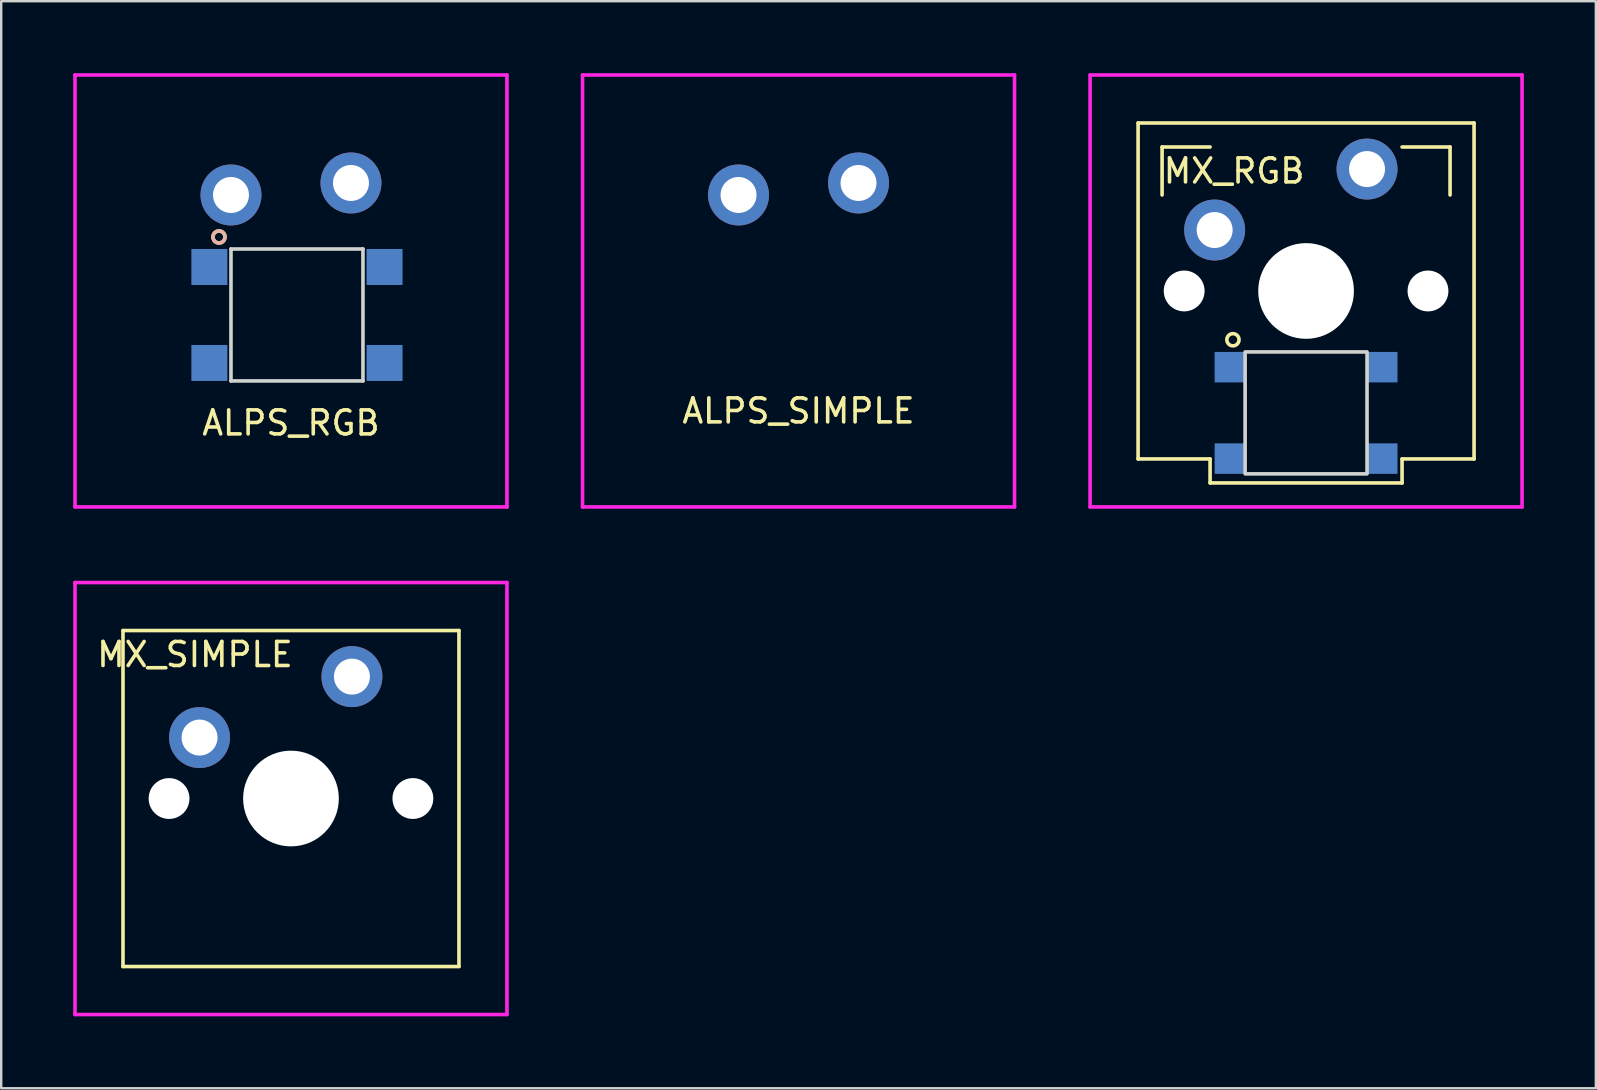
<source format=kicad_pcb>
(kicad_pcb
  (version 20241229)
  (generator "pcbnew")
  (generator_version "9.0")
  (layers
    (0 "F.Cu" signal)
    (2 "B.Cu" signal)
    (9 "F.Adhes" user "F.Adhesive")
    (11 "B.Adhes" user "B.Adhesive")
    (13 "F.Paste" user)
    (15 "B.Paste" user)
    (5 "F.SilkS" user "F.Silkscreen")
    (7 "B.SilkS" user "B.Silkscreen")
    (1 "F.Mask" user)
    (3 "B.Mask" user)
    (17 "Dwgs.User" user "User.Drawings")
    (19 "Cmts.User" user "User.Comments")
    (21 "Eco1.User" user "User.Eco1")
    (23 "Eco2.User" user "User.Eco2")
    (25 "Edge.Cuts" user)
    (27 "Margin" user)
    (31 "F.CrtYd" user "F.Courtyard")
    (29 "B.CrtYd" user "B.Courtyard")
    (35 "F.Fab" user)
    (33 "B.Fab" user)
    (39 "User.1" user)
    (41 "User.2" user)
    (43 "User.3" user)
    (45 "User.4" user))
  (footprint "ALPS_RGB"
    (layer "F.Cu")
    (at 9.075 9.075)
    (property "Reference" "ALPS_RGB" (at 0 5.5 0) (layer "F.SilkS") (effects (font (size 1 1) (thickness 0.15))))
    (attr through_hole)
    (fp_circle (center -3 -2.25) (end -2.75 -2.25) (stroke (width 0.15) (type solid)) (fill no) (layer "F.SilkS"))
    (fp_circle (center -3 -2.25) (end -2.75 -2.25) (stroke (width 0.15) (type solid)) (fill no) (layer "B.SilkS"))
    (fp_line (start -7.75 -6.4) (end -7.75 6.4) (stroke (width 0.15) (type solid)) (layer "B.Paste"))
    (fp_line (start -7.75 6.4) (end 7.75 6.4) (stroke (width 0.15) (type solid)) (layer "B.Paste"))
    (fp_line (start 7.75 -6.4) (end -7.75 -6.4) (stroke (width 0.15) (type solid)) (layer "B.Paste"))
    (fp_line (start 7.75 6.4) (end 7.75 -6.4) (stroke (width 0.15) (type solid)) (layer "B.Paste"))
    (fp_line (start -2.5 -1.75) (end 3 -1.75) (stroke (width 0.15) (type solid)) (layer "Edge.Cuts"))
    (fp_line (start -2.5 3.75) (end -2.5 -1.75) (stroke (width 0.15) (type solid)) (layer "Edge.Cuts"))
    (fp_line (start 3 -1.75) (end 3 3.75) (stroke (width 0.15) (type solid)) (layer "Edge.Cuts"))
    (fp_line (start 3 3.75) (end -2.5 3.75) (stroke (width 0.15) (type solid)) (layer "Edge.Cuts"))
    (fp_line (start -9 -9) (end -9 9) (stroke (width 0.15) (type solid)) (layer "F.CrtYd"))
    (fp_line (start -9 9) (end 9 9) (stroke (width 0.15) (type solid)) (layer "F.CrtYd"))
    (fp_line (start 9 -9) (end -9 -9) (stroke (width 0.15) (type solid)) (layer "F.CrtYd"))
    (fp_line (start 9 9) (end 9 -9) (stroke (width 0.15) (type solid)) (layer "F.CrtYd"))
    (pad "1" thru_hole circle (at -2.5 -4) (size 2.54 2.54) (drill 1.499) (layers "*.Cu" "*.Mask"))
    (pad "2" thru_hole circle (at 2.5 -4.5) (size 2.54 2.54) (drill 1.499) (layers "*.Cu" "*.Mask"))
    (pad "DIN" smd rect (at -3.4 3) (size 1.5 1.5) (layers "B.Cu" "B.Mask" "B.Paste"))
    (pad "DOUT" smd rect (at 3.9 -1) (size 1.5 1.5) (layers "B.Cu" "B.Mask" "B.Paste"))
    (pad "GND" smd rect (at -3.4 -1) (size 1.5 1.5) (layers "B.Cu" "B.Mask" "B.Paste"))
    (pad "VCC" smd rect (at 3.9 3) (size 1.5 1.5) (layers "B.Cu" "B.Mask" "B.Paste")))
  (footprint "MX_SIMPLE"
    (layer "F.Cu")
    (at 9.075 30.225)
    (property "Reference" "MX_SIMPLE" (at -4 -6 0) (layer "F.SilkS") (effects (font (size 1 1) (thickness 0.15))))
    (attr through_hole)
    (fp_line (start -7 -7) (end -7 7) (stroke (width 0.15) (type solid)) (layer "F.SilkS"))
    (fp_line (start -7 7) (end 7 7) (stroke (width 0.15) (type solid)) (layer "F.SilkS"))
    (fp_line (start 7 -7) (end -7 -7) (stroke (width 0.15) (type solid)) (layer "F.SilkS"))
    (fp_line (start 7 7) (end 7 -7) (stroke (width 0.15) (type solid)) (layer "F.SilkS"))
    (fp_line (start -9 -9) (end -9 9) (stroke (width 0.15) (type solid)) (layer "F.CrtYd"))
    (fp_line (start -9 9) (end 9 9) (stroke (width 0.15) (type solid)) (layer "F.CrtYd"))
    (fp_line (start 9 -9) (end -9 -9) (stroke (width 0.15) (type solid)) (layer "F.CrtYd"))
    (fp_line (start 9 9) (end 9 -9) (stroke (width 0.15) (type solid)) (layer "F.CrtYd"))
    (pad "" np_thru_hole circle (at -5.08 0) (size 1.702 1.702) (drill 1.702) (layers "*.Cu" "*.Mask"))
    (pad "" np_thru_hole circle (at 0 0) (size 3.988 3.988) (drill 3.988) (layers "*.Cu" "*.Mask"))
    (pad "" np_thru_hole circle (at 5.08 0) (size 1.702 1.702) (drill 1.702) (layers "*.Cu" "*.Mask"))
    (pad "S1" thru_hole circle (at -3.81 -2.54) (size 2.54 2.54) (drill 1.499) (layers "*.Cu" "*.Mask"))
    (pad "S2" thru_hole circle (at 2.54 -5.08) (size 2.54 2.54) (drill 1.499) (layers "*.Cu" "*.Mask")))
  (footprint "MX_RGB"
    (layer "F.Cu")
    (at 51.375 9.075)
    (property "Reference" "MX_RGB" (at -3 -5 0) (layer "F.SilkS") (effects (font (size 1 1) (thickness 0.15))))
    (attr through_hole)
    (fp_line (start -7 -7) (end -7 7) (stroke (width 0.15) (type solid)) (layer "F.SilkS"))
    (fp_line (start -7 7) (end -4 7) (stroke (width 0.15) (type solid)) (layer "F.SilkS"))
    (fp_line (start -6 -6) (end -4 -6) (stroke (width 0.15) (type solid)) (layer "F.SilkS"))
    (fp_line (start -6 -4) (end -6 -6) (stroke (width 0.15) (type solid)) (layer "F.SilkS"))
    (fp_line (start -4 7) (end -4 8) (stroke (width 0.15) (type solid)) (layer "F.SilkS"))
    (fp_line (start -4 8) (end 4 8) (stroke (width 0.15) (type solid)) (layer "F.SilkS"))
    (fp_line (start 4 -6) (end 6 -6) (stroke (width 0.15) (type solid)) (layer "F.SilkS"))
    (fp_line (start 4 7) (end 7 7) (stroke (width 0.15) (type solid)) (layer "F.SilkS"))
    (fp_line (start 4 8) (end 4 7) (stroke (width 0.15) (type solid)) (layer "F.SilkS"))
    (fp_line (start 6 -6) (end 6 -4) (stroke (width 0.15) (type solid)) (layer "F.SilkS"))
    (fp_line (start 7 -7) (end -7 -7) (stroke (width 0.15) (type solid)) (layer "F.SilkS"))
    (fp_line (start 7 7) (end 7 -7) (stroke (width 0.15) (type solid)) (layer "F.SilkS"))
    (fp_circle (center -3.048 2.032) (end -2.794 2.032) (stroke (width 0.15) (type solid)) (fill no) (layer "F.SilkS"))
    (fp_poly (pts (xy -2.54 2.54) (xy -2.54 7.62) (xy 2.54 7.62) (xy 2.54 2.54)) (stroke (width 0.15) (type solid)) (fill no) (layer "Edge.Cuts"))
    (fp_line (start -9 -9) (end -9 9) (stroke (width 0.15) (type solid)) (layer "F.CrtYd"))
    (fp_line (start -9 9) (end 9 9) (stroke (width 0.15) (type solid)) (layer "F.CrtYd"))
    (fp_line (start 9 -9) (end -9 -9) (stroke (width 0.15) (type solid)) (layer "F.CrtYd"))
    (fp_line (start 9 9) (end 9 -9) (stroke (width 0.15) (type solid)) (layer "F.CrtYd"))
    (pad "" np_thru_hole circle (at -5.08 0) (size 1.702 1.702) (drill 1.702) (layers "*.Cu" "*.Mask"))
    (pad "" np_thru_hole circle (at 0 0) (size 3.988 3.988) (drill 3.988) (layers "*.Cu" "*.Mask"))
    (pad "" np_thru_hole circle (at 5.08 0) (size 1.702 1.702) (drill 1.702) (layers "*.Cu" "*.Mask"))
    (pad "D_IN" smd rect (at 3.175 3.175) (size 1.27 1.27) (layers "B.Cu" "B.Mask" "B.Paste"))
    (pad "D_OUT" smd rect (at -3.175 6.985) (size 1.27 1.27) (layers "B.Cu" "B.Mask" "B.Paste"))
    (pad "GND" smd rect (at -3.175 3.175) (size 1.27 1.27) (layers "B.Cu" "B.Mask" "B.Paste"))
    (pad "S1" thru_hole circle (at -3.81 -2.54) (size 2.54 2.54) (drill 1.499) (layers "*.Cu" "*.Mask"))
    (pad "S2" thru_hole circle (at 2.54 -5.08) (size 2.54 2.54) (drill 1.499) (layers "*.Cu" "*.Mask"))
    (pad "VCC" smd rect (at 3.175 6.985) (size 1.27 1.27) (layers "B.Cu" "B.Mask" "B.Paste")))
  (footprint "ALPS_SIMPLE"
    (layer "F.Cu")
    (at 30.225 9.075)
    (property "Reference" "ALPS_SIMPLE" (at 0 5 0) (layer "F.SilkS") (effects (font (size 1 1) (thickness 0.15))))
    (attr through_hole)
    (fp_line (start -7.75 -6.4) (end -7.75 6.4) (stroke (width 0.15) (type solid)) (layer "B.Paste"))
    (fp_line (start -7.75 6.4) (end 7.75 6.4) (stroke (width 0.15) (type solid)) (layer "B.Paste"))
    (fp_line (start -1 0) (end 1 0) (stroke (width 0.15) (type solid)) (layer "B.Paste"))
    (fp_line (start 0 -1) (end 0 1) (stroke (width 0.15) (type solid)) (layer "B.Paste"))
    (fp_line (start 7.75 -6.4) (end -7.75 -6.4) (stroke (width 0.15) (type solid)) (layer "B.Paste"))
    (fp_line (start 7.75 6.4) (end 7.75 -6.4) (stroke (width 0.15) (type solid)) (layer "B.Paste"))
    (fp_line (start -9 -9) (end -9 9) (stroke (width 0.15) (type solid)) (layer "F.CrtYd"))
    (fp_line (start -9 9) (end 9 9) (stroke (width 0.15) (type solid)) (layer "F.CrtYd"))
    (fp_line (start 9 -9) (end -9 -9) (stroke (width 0.15) (type solid)) (layer "F.CrtYd"))
    (fp_line (start 9 9) (end 9 -9) (stroke (width 0.15) (type solid)) (layer "F.CrtYd"))
    (pad "1" thru_hole circle (at -2.5 -4) (size 2.54 2.54) (drill 1.499) (layers "*.Cu" "*.Mask"))
    (pad "2" thru_hole circle (at 2.5 -4.5) (size 2.54 2.54) (drill 1.499) (layers "*.Cu" "*.Mask")))
  (gr_rect
    (start -3 -3)
    (end 63.45 42.3)
    (stroke (width 0.1) (type default))
    (fill no)
    (layer "Edge.Cuts")))
</source>
